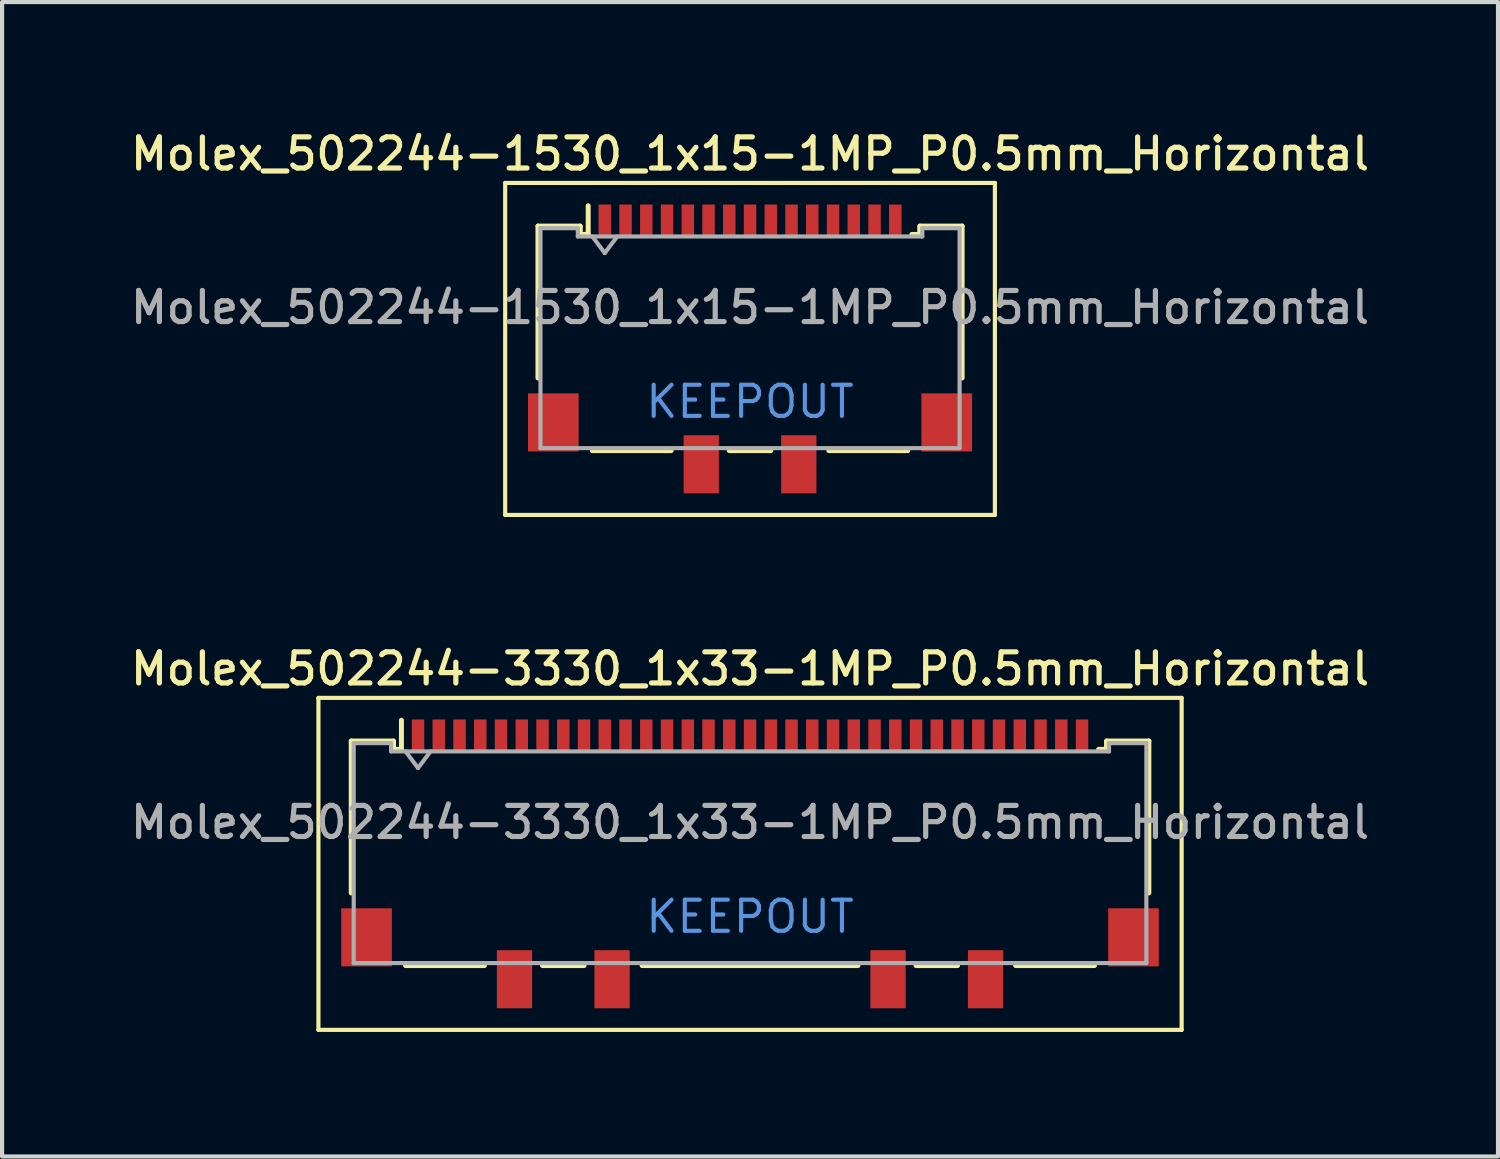
<source format=kicad_pcb>
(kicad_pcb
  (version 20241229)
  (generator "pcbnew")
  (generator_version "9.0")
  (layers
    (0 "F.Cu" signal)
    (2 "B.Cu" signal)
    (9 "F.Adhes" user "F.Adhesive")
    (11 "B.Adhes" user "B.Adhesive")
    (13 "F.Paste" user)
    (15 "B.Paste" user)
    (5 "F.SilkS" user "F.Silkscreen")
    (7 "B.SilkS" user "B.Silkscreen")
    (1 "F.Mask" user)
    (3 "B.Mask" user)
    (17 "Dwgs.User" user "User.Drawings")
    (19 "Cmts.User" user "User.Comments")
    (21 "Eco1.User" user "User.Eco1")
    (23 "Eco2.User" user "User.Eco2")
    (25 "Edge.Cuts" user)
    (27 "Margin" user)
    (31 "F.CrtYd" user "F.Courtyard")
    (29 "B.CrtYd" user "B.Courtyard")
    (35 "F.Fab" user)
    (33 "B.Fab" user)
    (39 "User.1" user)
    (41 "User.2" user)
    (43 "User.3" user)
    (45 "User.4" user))
  (footprint "Molex_502244-3330_1x33-1MP_P0.5mm_Horizontal"
    (layer "F.Cu")
    (at 15.023 17.766)
    (property "Reference" "Molex_502244-3330_1x33-1MP_P0.5mm_Horizontal" (at 0 -4.7 0) (layer "F.SilkS") (effects (font (size 0.75 0.75) (thickness 0.125))))
    (attr smd)
    (fp_line (start -10.4 -4) (end 10.4 -4) (stroke (width 0.1) (type solid)) (layer "F.SilkS"))
    (fp_line (start -10.4 4) (end -10.4 -4) (stroke (width 0.1) (type solid)) (layer "F.SilkS"))
    (fp_line (start -9.61 -2.96) (end -8.6 -2.96) (stroke (width 0.12) (type solid)) (layer "F.SilkS"))
    (fp_line (start -9.61 0.7) (end -9.61 -2.96) (stroke (width 0.12) (type solid)) (layer "F.SilkS"))
    (fp_line (start -8.59 -2.76) (end -8.59 -2.96) (stroke (width 0.12) (type solid)) (layer "F.SilkS"))
    (fp_line (start -8.59 -2.76) (end -8.4 -2.76) (stroke (width 0.12) (type solid)) (layer "F.SilkS"))
    (fp_line (start -8.4 -2.76) (end -8.4 -3.46) (stroke (width 0.12) (type solid)) (layer "F.SilkS"))
    (fp_line (start -8.3 2.45) (end -6.4 2.45) (stroke (width 0.12) (type solid)) (layer "F.SilkS"))
    (fp_line (start -4 2.45) (end -5 2.45) (stroke (width 0.12) (type solid)) (layer "F.SilkS"))
    (fp_line (start -2.6 2.45) (end 2.6 2.45) (stroke (width 0.12) (type solid)) (layer "F.SilkS"))
    (fp_line (start 4 2.45) (end 5 2.45) (stroke (width 0.12) (type solid)) (layer "F.SilkS"))
    (fp_line (start 6.4 2.45) (end 8.3 2.45) (stroke (width 0.12) (type solid)) (layer "F.SilkS"))
    (fp_line (start 8.59 -2.96) (end 8.59 -2.76) (stroke (width 0.12) (type solid)) (layer "F.SilkS"))
    (fp_line (start 8.59 -2.76) (end 8.4 -2.76) (stroke (width 0.12) (type solid)) (layer "F.SilkS"))
    (fp_line (start 8.6 -2.96) (end 9.61 -2.96) (stroke (width 0.12) (type solid)) (layer "F.SilkS"))
    (fp_line (start 9.61 -2.96) (end 9.61 0.7) (stroke (width 0.12) (type solid)) (layer "F.SilkS"))
    (fp_line (start 10.4 -4) (end 10.4 4) (stroke (width 0.1) (type solid)) (layer "F.SilkS"))
    (fp_line (start 10.4 4) (end -10.4 4) (stroke (width 0.1) (type solid)) (layer "F.SilkS"))
    (fp_line (start -9.55 -2.91) (end -9.55 2.39) (stroke (width 0.1) (type solid)) (layer "F.Fab"))
    (fp_line (start -9.55 2.39) (end 9.55 2.39) (stroke (width 0.1) (type solid)) (layer "F.Fab"))
    (fp_line (start -8.65 -2.91) (end -9.55 -2.91) (stroke (width 0.1) (type solid)) (layer "F.Fab"))
    (fp_line (start -8.65 -2.71) (end -8.65 -2.91) (stroke (width 0.1) (type solid)) (layer "F.Fab"))
    (fp_line (start -8.3 -2.71) (end -8 -2.31) (stroke (width 0.1) (type solid)) (layer "F.Fab"))
    (fp_line (start -8 -2.31) (end -7.7 -2.71) (stroke (width 0.1) (type solid)) (layer "F.Fab"))
    (fp_line (start 8.65 -2.91) (end 8.65 -2.71) (stroke (width 0.1) (type solid)) (layer "F.Fab"))
    (fp_line (start 8.65 -2.71) (end -8.65 -2.71) (stroke (width 0.1) (type solid)) (layer "F.Fab"))
    (fp_line (start 9.55 -2.91) (end 8.65 -2.91) (stroke (width 0.1) (type solid)) (layer "F.Fab"))
    (fp_line (start 9.55 -2.91) (end 9.55 2.39) (stroke (width 0.1) (type solid)) (layer "F.Fab"))
    (fp_text user "KEEPOUT" (at 0 1.271 0) (layer "Cmts.User") (effects (font (size 0.75 0.75) (thickness 0.1))))
    (fp_text user "${REFERENCE}" (at 0 -1 0) (layer "F.Fab") (effects (font (size 0.75 0.75) (thickness 0.125))))
    (pad "1" smd rect (at -8 -3.08) (size 0.3 0.8) (layers "F.Cu" "F.Mask" "F.Paste"))
    (pad "2" smd rect (at -7.5 -3.08) (size 0.3 0.8) (layers "F.Cu" "F.Mask" "F.Paste"))
    (pad "3" smd rect (at -7 -3.08) (size 0.3 0.8) (layers "F.Cu" "F.Mask" "F.Paste"))
    (pad "4" smd rect (at -6.5 -3.08) (size 0.3 0.8) (layers "F.Cu" "F.Mask" "F.Paste"))
    (pad "5" smd rect (at -6 -3.08) (size 0.3 0.8) (layers "F.Cu" "F.Mask" "F.Paste"))
    (pad "6" smd rect (at -5.5 -3.08) (size 0.3 0.8) (layers "F.Cu" "F.Mask" "F.Paste"))
    (pad "7" smd rect (at -5 -3.08) (size 0.3 0.8) (layers "F.Cu" "F.Mask" "F.Paste"))
    (pad "8" smd rect (at -4.5 -3.08) (size 0.3 0.8) (layers "F.Cu" "F.Mask" "F.Paste"))
    (pad "9" smd rect (at -4 -3.08) (size 0.3 0.8) (layers "F.Cu" "F.Mask" "F.Paste"))
    (pad "10" smd rect (at -3.5 -3.08) (size 0.3 0.8) (layers "F.Cu" "F.Mask" "F.Paste"))
    (pad "11" smd rect (at -3 -3.08) (size 0.3 0.8) (layers "F.Cu" "F.Mask" "F.Paste"))
    (pad "12" smd rect (at -2.5 -3.08) (size 0.3 0.8) (layers "F.Cu" "F.Mask" "F.Paste"))
    (pad "13" smd rect (at -2 -3.08) (size 0.3 0.8) (layers "F.Cu" "F.Mask" "F.Paste"))
    (pad "14" smd rect (at -1.5 -3.08) (size 0.3 0.8) (layers "F.Cu" "F.Mask" "F.Paste"))
    (pad "15" smd rect (at -1 -3.08) (size 0.3 0.8) (layers "F.Cu" "F.Mask" "F.Paste"))
    (pad "16" smd rect (at -0.5 -3.08) (size 0.3 0.8) (layers "F.Cu" "F.Mask" "F.Paste"))
    (pad "17" smd rect (at 0 -3.08) (size 0.3 0.8) (layers "F.Cu" "F.Mask" "F.Paste"))
    (pad "18" smd rect (at 0.5 -3.08) (size 0.3 0.8) (layers "F.Cu" "F.Mask" "F.Paste"))
    (pad "19" smd rect (at 1 -3.08) (size 0.3 0.8) (layers "F.Cu" "F.Mask" "F.Paste"))
    (pad "20" smd rect (at 1.5 -3.08) (size 0.3 0.8) (layers "F.Cu" "F.Mask" "F.Paste"))
    (pad "21" smd rect (at 2 -3.08) (size 0.3 0.8) (layers "F.Cu" "F.Mask" "F.Paste"))
    (pad "22" smd rect (at 2.5 -3.08) (size 0.3 0.8) (layers "F.Cu" "F.Mask" "F.Paste"))
    (pad "23" smd rect (at 3 -3.08) (size 0.3 0.8) (layers "F.Cu" "F.Mask" "F.Paste"))
    (pad "24" smd rect (at 3.5 -3.08) (size 0.3 0.8) (layers "F.Cu" "F.Mask" "F.Paste"))
    (pad "25" smd rect (at 4 -3.08) (size 0.3 0.8) (layers "F.Cu" "F.Mask" "F.Paste"))
    (pad "26" smd rect (at 4.5 -3.08) (size 0.3 0.8) (layers "F.Cu" "F.Mask" "F.Paste"))
    (pad "27" smd rect (at 5 -3.08) (size 0.3 0.8) (layers "F.Cu" "F.Mask" "F.Paste"))
    (pad "28" smd rect (at 5.5 -3.08) (size 0.3 0.8) (layers "F.Cu" "F.Mask" "F.Paste"))
    (pad "29" smd rect (at 6 -3.08) (size 0.3 0.8) (layers "F.Cu" "F.Mask" "F.Paste"))
    (pad "30" smd rect (at 6.5 -3.08) (size 0.3 0.8) (layers "F.Cu" "F.Mask" "F.Paste"))
    (pad "31" smd rect (at 7 -3.08) (size 0.3 0.8) (layers "F.Cu" "F.Mask" "F.Paste"))
    (pad "32" smd rect (at 7.5 -3.08) (size 0.3 0.8) (layers "F.Cu" "F.Mask" "F.Paste"))
    (pad "33" smd rect (at 8 -3.08) (size 0.3 0.8) (layers "F.Cu" "F.Mask" "F.Paste"))
    (pad "MP" smd rect (at -9.24 1.77) (size 1.22 1.4) (layers "F.Cu" "F.Mask" "F.Paste"))
    (pad "MP" smd rect (at -5.675 2.78) (size 0.85 1.4) (layers "F.Cu" "F.Mask" "F.Paste"))
    (pad "MP" smd rect (at -3.325 2.78) (size 0.85 1.4) (layers "F.Cu" "F.Mask" "F.Paste"))
    (pad "MP" smd rect (at 3.325 2.78) (size 0.85 1.4) (layers "F.Cu" "F.Mask" "F.Paste"))
    (pad "MP" smd rect (at 5.675 2.78) (size 0.85 1.4) (layers "F.Cu" "F.Mask" "F.Paste"))
    (pad "MP" smd rect (at 9.24 1.77) (size 1.22 1.4) (layers "F.Cu" "F.Mask" "F.Paste"))
    (zone (net_name "") (layer "F.Cu") (hatch full 0.508) (connect_pads) (min_thickness 0.254) (filled_areas_thickness no) (keepout (tracks not_allowed) (vias not_allowed) (pads not_allowed) (copperpour not_allowed) (footprints not_allowed)) (placement (enabled no)) (fill) (polygon (pts (xy 15.023 20.276) (xy 12.123 20.276) (xy 12.123 19.846) (xy 11.273 19.846) (xy 11.273 20.276) (xy 9.773 20.276) (xy 9.773 19.846) (xy 8.923 19.846) (xy 8.923 20.276) (xy 6.393 20.276) (xy 6.393 17.726) (xy 15.023 17.726))))
    (zone (net_name "") (layer "F.Cu") (hatch full 0.508) (connect_pads) (min_thickness 0.254) (filled_areas_thickness no) (keepout (tracks not_allowed) (vias not_allowed) (pads not_allowed) (copperpour not_allowed) (footprints not_allowed)) (placement (enabled no)) (fill) (polygon (pts (xy 15.023 20.276) (xy 17.923 20.276) (xy 17.923 19.846) (xy 18.773 19.846) (xy 18.773 20.276) (xy 20.273 20.276) (xy 20.273 19.846) (xy 21.123 19.846) (xy 21.123 20.276) (xy 23.653 20.276) (xy 23.653 17.726) (xy 15.023 17.726)))))
  (footprint "Molex_502244-1530_1x15-1MP_P0.5mm_Horizontal"
    (layer "F.Cu")
    (at 15.023 5.358)
    (property "Reference" "Molex_502244-1530_1x15-1MP_P0.5mm_Horizontal" (at 0 -4.7 0) (layer "F.SilkS") (effects (font (size 0.75 0.75) (thickness 0.125))))
    (attr smd)
    (fp_line (start -5.9 -4) (end 5.9 -4) (stroke (width 0.1) (type solid)) (layer "F.SilkS"))
    (fp_line (start -5.9 4) (end -5.9 -4) (stroke (width 0.1) (type solid)) (layer "F.SilkS"))
    (fp_line (start -5.11 -2.96) (end -4.1 -2.96) (stroke (width 0.12) (type solid)) (layer "F.SilkS"))
    (fp_line (start -5.11 0.7) (end -5.11 -2.96) (stroke (width 0.12) (type solid)) (layer "F.SilkS"))
    (fp_line (start -4.09 -2.76) (end -4.09 -2.96) (stroke (width 0.12) (type solid)) (layer "F.SilkS"))
    (fp_line (start -4.09 -2.76) (end -3.9 -2.76) (stroke (width 0.12) (type solid)) (layer "F.SilkS"))
    (fp_line (start -3.9 -2.76) (end -3.9 -3.45) (stroke (width 0.12) (type solid)) (layer "F.SilkS"))
    (fp_line (start -3.8 2.45) (end -1.9 2.45) (stroke (width 0.12) (type solid)) (layer "F.SilkS"))
    (fp_line (start -0.5 2.45) (end 0.5 2.45) (stroke (width 0.12) (type solid)) (layer "F.SilkS"))
    (fp_line (start 1.9 2.45) (end 3.8 2.45) (stroke (width 0.12) (type solid)) (layer "F.SilkS"))
    (fp_line (start 4.09 -2.96) (end 4.09 -2.76) (stroke (width 0.12) (type solid)) (layer "F.SilkS"))
    (fp_line (start 4.09 -2.76) (end 3.9 -2.76) (stroke (width 0.12) (type solid)) (layer "F.SilkS"))
    (fp_line (start 4.1 -2.96) (end 5.11 -2.96) (stroke (width 0.12) (type solid)) (layer "F.SilkS"))
    (fp_line (start 5.11 -2.96) (end 5.11 0.7) (stroke (width 0.12) (type solid)) (layer "F.SilkS"))
    (fp_line (start 5.9 -4) (end 5.9 4) (stroke (width 0.1) (type solid)) (layer "F.SilkS"))
    (fp_line (start 5.9 4) (end -5.9 4) (stroke (width 0.1) (type solid)) (layer "F.SilkS"))
    (fp_line (start -5.05 -2.91) (end -5.05 2.39) (stroke (width 0.1) (type solid)) (layer "F.Fab"))
    (fp_line (start -5.05 2.39) (end 5.05 2.39) (stroke (width 0.1) (type solid)) (layer "F.Fab"))
    (fp_line (start -4.15 -2.91) (end -5.05 -2.91) (stroke (width 0.1) (type solid)) (layer "F.Fab"))
    (fp_line (start -4.15 -2.71) (end -4.15 -2.91) (stroke (width 0.1) (type solid)) (layer "F.Fab"))
    (fp_line (start -3.8 -2.71) (end -3.5 -2.31) (stroke (width 0.1) (type solid)) (layer "F.Fab"))
    (fp_line (start -3.5 -2.31) (end -3.2 -2.71) (stroke (width 0.1) (type solid)) (layer "F.Fab"))
    (fp_line (start 4.15 -2.91) (end 4.15 -2.71) (stroke (width 0.1) (type solid)) (layer "F.Fab"))
    (fp_line (start 4.15 -2.71) (end -4.15 -2.71) (stroke (width 0.1) (type solid)) (layer "F.Fab"))
    (fp_line (start 5.05 -2.91) (end 4.15 -2.91) (stroke (width 0.1) (type solid)) (layer "F.Fab"))
    (fp_line (start 5.05 -2.91) (end 5.05 2.39) (stroke (width 0.1) (type solid)) (layer "F.Fab"))
    (fp_text user "KEEPOUT" (at 0 1.271 0) (layer "Cmts.User") (effects (font (size 0.75 0.75) (thickness 0.1))))
    (fp_text user "${REFERENCE}" (at 0 -1 0) (layer "F.Fab") (effects (font (size 0.75 0.75) (thickness 0.125))))
    (pad "1" smd rect (at -3.5 -3.08) (size 0.3 0.8) (layers "F.Cu" "F.Mask" "F.Paste"))
    (pad "2" smd rect (at -3 -3.08) (size 0.3 0.8) (layers "F.Cu" "F.Mask" "F.Paste"))
    (pad "3" smd rect (at -2.5 -3.08) (size 0.3 0.8) (layers "F.Cu" "F.Mask" "F.Paste"))
    (pad "4" smd rect (at -2 -3.08) (size 0.3 0.8) (layers "F.Cu" "F.Mask" "F.Paste"))
    (pad "5" smd rect (at -1.5 -3.08) (size 0.3 0.8) (layers "F.Cu" "F.Mask" "F.Paste"))
    (pad "6" smd rect (at -1 -3.08) (size 0.3 0.8) (layers "F.Cu" "F.Mask" "F.Paste"))
    (pad "7" smd rect (at -0.5 -3.08) (size 0.3 0.8) (layers "F.Cu" "F.Mask" "F.Paste"))
    (pad "8" smd rect (at 0 -3.08) (size 0.3 0.8) (layers "F.Cu" "F.Mask" "F.Paste"))
    (pad "9" smd rect (at 0.5 -3.08) (size 0.3 0.8) (layers "F.Cu" "F.Mask" "F.Paste"))
    (pad "10" smd rect (at 1 -3.08) (size 0.3 0.8) (layers "F.Cu" "F.Mask" "F.Paste"))
    (pad "11" smd rect (at 1.5 -3.08) (size 0.3 0.8) (layers "F.Cu" "F.Mask" "F.Paste"))
    (pad "12" smd rect (at 2 -3.08) (size 0.3 0.8) (layers "F.Cu" "F.Mask" "F.Paste"))
    (pad "13" smd rect (at 2.5 -3.08) (size 0.3 0.8) (layers "F.Cu" "F.Mask" "F.Paste"))
    (pad "14" smd rect (at 3 -3.08) (size 0.3 0.8) (layers "F.Cu" "F.Mask" "F.Paste"))
    (pad "15" smd rect (at 3.5 -3.08) (size 0.3 0.8) (layers "F.Cu" "F.Mask" "F.Paste"))
    (pad "MP" smd rect (at -4.74 1.77) (size 1.22 1.4) (layers "F.Cu" "F.Mask" "F.Paste"))
    (pad "MP" smd rect (at -1.175 2.78) (size 0.85 1.4) (layers "F.Cu" "F.Mask" "F.Paste"))
    (pad "MP" smd rect (at 1.175 2.78) (size 0.85 1.4) (layers "F.Cu" "F.Mask" "F.Paste"))
    (pad "MP" smd rect (at 4.74 1.77) (size 1.22 1.4) (layers "F.Cu" "F.Mask" "F.Paste"))
    (zone (net_name "") (layer "F.Cu") (hatch full 0.508) (connect_pads) (min_thickness 0.254) (filled_areas_thickness no) (keepout (tracks not_allowed) (vias not_allowed) (pads not_allowed) (copperpour not_allowed) (footprints not_allowed)) (placement (enabled no)) (fill) (polygon (pts (xy 15.023 7.868) (xy 14.273 7.868) (xy 14.273 7.438) (xy 13.423 7.438) (xy 13.423 7.868) (xy 10.893 7.868) (xy 10.893 5.318) (xy 15.023 5.318))))
    (zone (net_name "") (layer "F.Cu") (hatch full 0.508) (connect_pads) (min_thickness 0.254) (filled_areas_thickness no) (keepout (tracks not_allowed) (vias not_allowed) (pads not_allowed) (copperpour not_allowed) (footprints not_allowed)) (placement (enabled no)) (fill) (polygon (pts (xy 15.023 7.868) (xy 15.773 7.868) (xy 15.773 7.438) (xy 16.623 7.438) (xy 16.623 7.868) (xy 19.153 7.868) (xy 19.153 5.318) (xy 15.023 5.318)))))
  (gr_rect
    (start -3 -3)
    (end 33.046 24.816)
    (stroke (width 0.1) (type default))
    (fill no)
    (layer "Edge.Cuts")))
</source>
